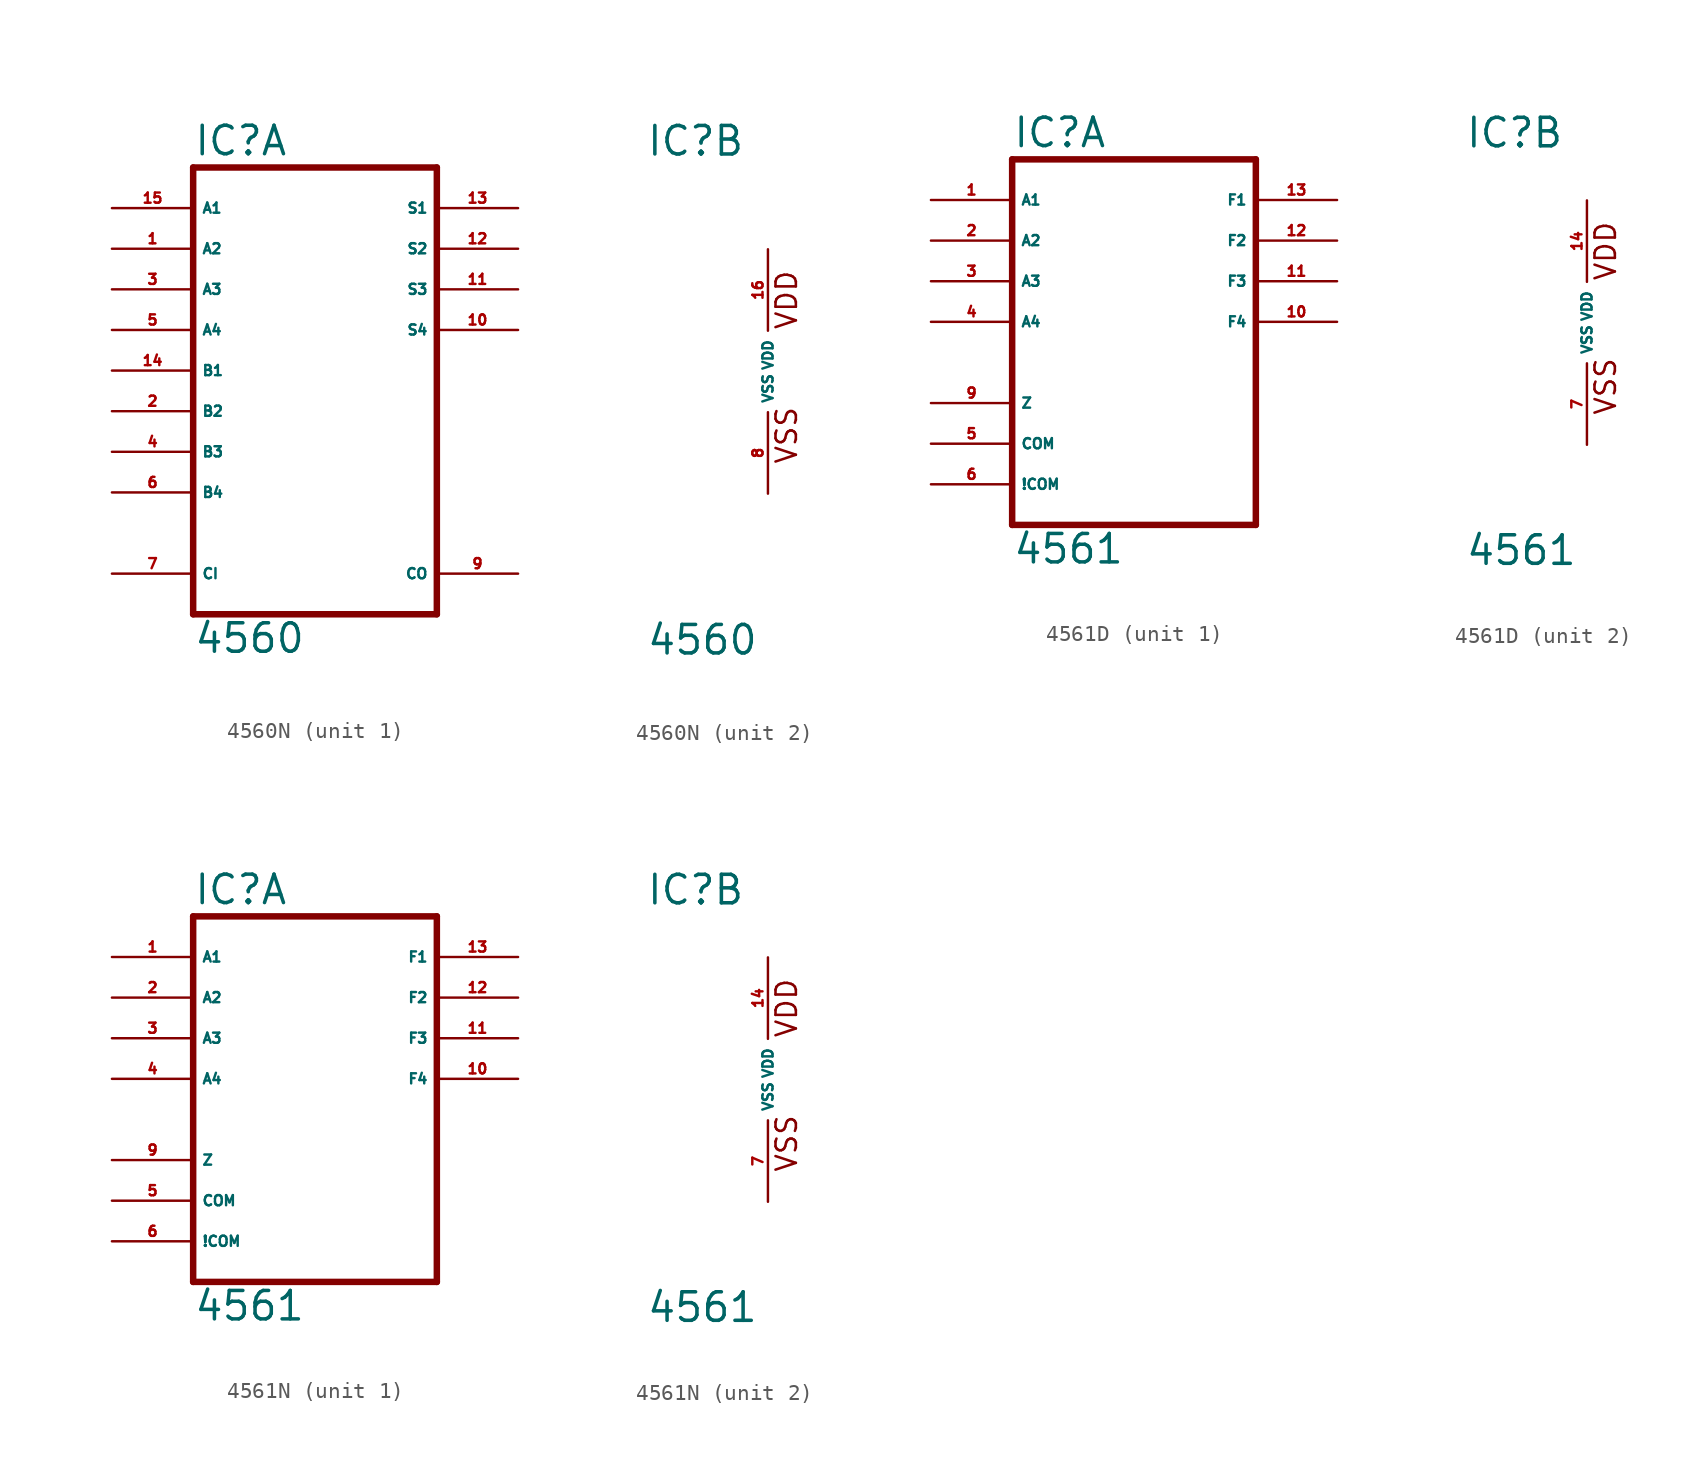
<source format=kicad_sym>
(kicad_symbol_lib
  (version 20220914)
  (generator Eagle2Kicad)
  (symbol "4560N"
    (property "Reference" "IC"
      (at -7.62 13.335 0)
      (effects (font (size 1.778 1.778) (thickness 0.22)) (justify left bottom)))
    (property "Value" "4560"
      (at -7.62 -17.78 0)
      (effects (font (size 1.778 1.778) (thickness 0.22)) (justify left bottom)))
    (symbol "4560N_1_0"
      (polyline (pts (xy -7.62 -15.24) (xy 7.62 -15.24)) (stroke (width 0.406) (type default)) (fill (type none)))
      (polyline (pts (xy 7.62 -15.24) (xy 7.62 12.7)) (stroke (width 0.406) (type default)) (fill (type none)))
      (polyline (pts (xy 7.62 12.7) (xy -7.62 12.7)) (stroke (width 0.406) (type default)) (fill (type none)))
      (polyline (pts (xy -7.62 12.7) (xy -7.62 -15.24)) (stroke (width 0.406) (type default)) (fill (type none)))
      (pin input line (at -12.7 7.62 0) (length 5.08) (name "A2" (effects (font (size 0.635 0.635) (thickness 0.08)) (justify left bottom))) (number "1" (effects (font (size 0.635 0.635) (thickness 0.08)) (justify left bottom))))
      (pin input line (at -12.7 -2.54 0) (length 5.08) (name "B2" (effects (font (size 0.635 0.635) (thickness 0.08)) (justify left bottom))) (number "2" (effects (font (size 0.635 0.635) (thickness 0.08)) (justify left bottom))))
      (pin input line (at -12.7 5.08 0) (length 5.08) (name "A3" (effects (font (size 0.635 0.635) (thickness 0.08)) (justify left bottom))) (number "3" (effects (font (size 0.635 0.635) (thickness 0.08)) (justify left bottom))))
      (pin input line (at -12.7 -5.08 0) (length 5.08) (name "B3" (effects (font (size 0.635 0.635) (thickness 0.08)) (justify left bottom))) (number "4" (effects (font (size 0.635 0.635) (thickness 0.08)) (justify left bottom))))
      (pin input line (at -12.7 2.54 0) (length 5.08) (name "A4" (effects (font (size 0.635 0.635) (thickness 0.08)) (justify left bottom))) (number "5" (effects (font (size 0.635 0.635) (thickness 0.08)) (justify left bottom))))
      (pin input line (at -12.7 -7.62 0) (length 5.08) (name "B4" (effects (font (size 0.635 0.635) (thickness 0.08)) (justify left bottom))) (number "6" (effects (font (size 0.635 0.635) (thickness 0.08)) (justify left bottom))))
      (pin input line (at -12.7 -12.7 0) (length 5.08) (name "CI" (effects (font (size 0.635 0.635) (thickness 0.08)) (justify left bottom))) (number "7" (effects (font (size 0.635 0.635) (thickness 0.08)) (justify left bottom))))
      (pin output line (at 12.7 -12.7 180) (length 5.08) (name "CO" (effects (font (size 0.635 0.635) (thickness 0.08)) (justify left bottom))) (number "9" (effects (font (size 0.635 0.635) (thickness 0.08)) (justify left bottom))))
      (pin output line (at 12.7 2.54 180) (length 5.08) (name "S4" (effects (font (size 0.635 0.635) (thickness 0.08)) (justify left bottom))) (number "10" (effects (font (size 0.635 0.635) (thickness 0.08)) (justify left bottom))))
      (pin output line (at 12.7 5.08 180) (length 5.08) (name "S3" (effects (font (size 0.635 0.635) (thickness 0.08)) (justify left bottom))) (number "11" (effects (font (size 0.635 0.635) (thickness 0.08)) (justify left bottom))))
      (pin output line (at 12.7 7.62 180) (length 5.08) (name "S2" (effects (font (size 0.635 0.635) (thickness 0.08)) (justify left bottom))) (number "12" (effects (font (size 0.635 0.635) (thickness 0.08)) (justify left bottom))))
      (pin output line (at 12.7 10.16 180) (length 5.08) (name "S1" (effects (font (size 0.635 0.635) (thickness 0.08)) (justify left bottom))) (number "13" (effects (font (size 0.635 0.635) (thickness 0.08)) (justify left bottom))))
      (pin input line (at -12.7 0 0) (length 5.08) (name "B1" (effects (font (size 0.635 0.635) (thickness 0.08)) (justify left bottom))) (number "14" (effects (font (size 0.635 0.635) (thickness 0.08)) (justify left bottom))))
      (pin input line (at -12.7 10.16 0) (length 5.08) (name "A1" (effects (font (size 0.635 0.635) (thickness 0.08)) (justify left bottom))) (number "15" (effects (font (size 0.635 0.635) (thickness 0.08)) (justify left bottom)))))
    (symbol "4560N_2_0"
      (text "VDD" (at 1.905 2.54 900) (effects (font (size 1.27 1.27) (thickness 0.16)) (justify left bottom)))
      (text "VSS" (at 1.905 -5.842 900) (effects (font (size 1.27 1.27) (thickness 0.16)) (justify left bottom)))
      (pin unspecified line (at 0 -7.62 90) (length 5.08) (name "VSS" (effects (font (size 0.635 0.635) (thickness 0.08)) (justify left bottom))) (number "8" (effects (font (size 0.635 0.635) (thickness 0.08)) (justify left bottom))))
      (pin unspecified line (at 0 7.62 270) (length 5.08) (name "VDD" (effects (font (size 0.635 0.635) (thickness 0.08)) (justify left bottom))) (number "16" (effects (font (size 0.635 0.635) (thickness 0.08)) (justify left bottom))))))
  (symbol "4561D"
    (property "Reference" "IC"
      (at -7.62 10.795 0)
      (effects (font (size 1.778 1.778) (thickness 0.22)) (justify left bottom)))
    (property "Value" "4561"
      (at -7.62 -15.24 0)
      (effects (font (size 1.778 1.778) (thickness 0.22)) (justify left bottom)))
    (symbol "4561D_1_0"
      (polyline (pts (xy -7.62 -12.7) (xy 7.62 -12.7)) (stroke (width 0.406) (type default)) (fill (type none)))
      (polyline (pts (xy 7.62 -12.7) (xy 7.62 10.16)) (stroke (width 0.406) (type default)) (fill (type none)))
      (polyline (pts (xy 7.62 10.16) (xy -7.62 10.16)) (stroke (width 0.406) (type default)) (fill (type none)))
      (polyline (pts (xy -7.62 10.16) (xy -7.62 -12.7)) (stroke (width 0.406) (type default)) (fill (type none)))
      (pin input line (at -12.7 7.62 0) (length 5.08) (name "A1" (effects (font (size 0.635 0.635) (thickness 0.08)) (justify left bottom))) (number "1" (effects (font (size 0.635 0.635) (thickness 0.08)) (justify left bottom))))
      (pin input line (at -12.7 5.08 0) (length 5.08) (name "A2" (effects (font (size 0.635 0.635) (thickness 0.08)) (justify left bottom))) (number "2" (effects (font (size 0.635 0.635) (thickness 0.08)) (justify left bottom))))
      (pin input line (at -12.7 2.54 0) (length 5.08) (name "A3" (effects (font (size 0.635 0.635) (thickness 0.08)) (justify left bottom))) (number "3" (effects (font (size 0.635 0.635) (thickness 0.08)) (justify left bottom))))
      (pin input line (at -12.7 0 0) (length 5.08) (name "A4" (effects (font (size 0.635 0.635) (thickness 0.08)) (justify left bottom))) (number "4" (effects (font (size 0.635 0.635) (thickness 0.08)) (justify left bottom))))
      (pin input line (at -12.7 -7.62 0) (length 5.08) (name "COM" (effects (font (size 0.635 0.635) (thickness 0.08)) (justify left bottom))) (number "5" (effects (font (size 0.635 0.635) (thickness 0.08)) (justify left bottom))))
      (pin input line (at -12.7 -10.16 0) (length 5.08) (name "!COM" (effects (font (size 0.635 0.635) (thickness 0.08)) (justify left bottom))) (number "6" (effects (font (size 0.635 0.635) (thickness 0.08)) (justify left bottom))))
      (pin input line (at -12.7 -5.08 0) (length 5.08) (name "Z" (effects (font (size 0.635 0.635) (thickness 0.08)) (justify left bottom))) (number "9" (effects (font (size 0.635 0.635) (thickness 0.08)) (justify left bottom))))
      (pin output line (at 12.7 0 180) (length 5.08) (name "F4" (effects (font (size 0.635 0.635) (thickness 0.08)) (justify left bottom))) (number "10" (effects (font (size 0.635 0.635) (thickness 0.08)) (justify left bottom))))
      (pin output line (at 12.7 2.54 180) (length 5.08) (name "F3" (effects (font (size 0.635 0.635) (thickness 0.08)) (justify left bottom))) (number "11" (effects (font (size 0.635 0.635) (thickness 0.08)) (justify left bottom))))
      (pin output line (at 12.7 5.08 180) (length 5.08) (name "F2" (effects (font (size 0.635 0.635) (thickness 0.08)) (justify left bottom))) (number "12" (effects (font (size 0.635 0.635) (thickness 0.08)) (justify left bottom))))
      (pin output line (at 12.7 7.62 180) (length 5.08) (name "F1" (effects (font (size 0.635 0.635) (thickness 0.08)) (justify left bottom))) (number "13" (effects (font (size 0.635 0.635) (thickness 0.08)) (justify left bottom)))))
    (symbol "4561D_2_0"
      (text "VDD" (at 1.905 2.54 900) (effects (font (size 1.27 1.27) (thickness 0.16)) (justify left bottom)))
      (text "VSS" (at 1.905 -5.842 900) (effects (font (size 1.27 1.27) (thickness 0.16)) (justify left bottom)))
      (pin unspecified line (at 0 -7.62 90) (length 5.08) (name "VSS" (effects (font (size 0.635 0.635) (thickness 0.08)) (justify left bottom))) (number "7" (effects (font (size 0.635 0.635) (thickness 0.08)) (justify left bottom))))
      (pin unspecified line (at 0 7.62 270) (length 5.08) (name "VDD" (effects (font (size 0.635 0.635) (thickness 0.08)) (justify left bottom))) (number "14" (effects (font (size 0.635 0.635) (thickness 0.08)) (justify left bottom))))))
  (symbol "4561N"
    (property "Reference" "IC"
      (at -7.62 10.795 0)
      (effects (font (size 1.778 1.778) (thickness 0.22)) (justify left bottom)))
    (property "Value" "4561"
      (at -7.62 -15.24 0)
      (effects (font (size 1.778 1.778) (thickness 0.22)) (justify left bottom)))
    (symbol "4561N_1_0"
      (polyline (pts (xy -7.62 -12.7) (xy 7.62 -12.7)) (stroke (width 0.406) (type default)) (fill (type none)))
      (polyline (pts (xy 7.62 -12.7) (xy 7.62 10.16)) (stroke (width 0.406) (type default)) (fill (type none)))
      (polyline (pts (xy 7.62 10.16) (xy -7.62 10.16)) (stroke (width 0.406) (type default)) (fill (type none)))
      (polyline (pts (xy -7.62 10.16) (xy -7.62 -12.7)) (stroke (width 0.406) (type default)) (fill (type none)))
      (pin input line (at -12.7 7.62 0) (length 5.08) (name "A1" (effects (font (size 0.635 0.635) (thickness 0.08)) (justify left bottom))) (number "1" (effects (font (size 0.635 0.635) (thickness 0.08)) (justify left bottom))))
      (pin input line (at -12.7 5.08 0) (length 5.08) (name "A2" (effects (font (size 0.635 0.635) (thickness 0.08)) (justify left bottom))) (number "2" (effects (font (size 0.635 0.635) (thickness 0.08)) (justify left bottom))))
      (pin input line (at -12.7 2.54 0) (length 5.08) (name "A3" (effects (font (size 0.635 0.635) (thickness 0.08)) (justify left bottom))) (number "3" (effects (font (size 0.635 0.635) (thickness 0.08)) (justify left bottom))))
      (pin input line (at -12.7 0 0) (length 5.08) (name "A4" (effects (font (size 0.635 0.635) (thickness 0.08)) (justify left bottom))) (number "4" (effects (font (size 0.635 0.635) (thickness 0.08)) (justify left bottom))))
      (pin input line (at -12.7 -7.62 0) (length 5.08) (name "COM" (effects (font (size 0.635 0.635) (thickness 0.08)) (justify left bottom))) (number "5" (effects (font (size 0.635 0.635) (thickness 0.08)) (justify left bottom))))
      (pin input line (at -12.7 -10.16 0) (length 5.08) (name "!COM" (effects (font (size 0.635 0.635) (thickness 0.08)) (justify left bottom))) (number "6" (effects (font (size 0.635 0.635) (thickness 0.08)) (justify left bottom))))
      (pin input line (at -12.7 -5.08 0) (length 5.08) (name "Z" (effects (font (size 0.635 0.635) (thickness 0.08)) (justify left bottom))) (number "9" (effects (font (size 0.635 0.635) (thickness 0.08)) (justify left bottom))))
      (pin output line (at 12.7 0 180) (length 5.08) (name "F4" (effects (font (size 0.635 0.635) (thickness 0.08)) (justify left bottom))) (number "10" (effects (font (size 0.635 0.635) (thickness 0.08)) (justify left bottom))))
      (pin output line (at 12.7 2.54 180) (length 5.08) (name "F3" (effects (font (size 0.635 0.635) (thickness 0.08)) (justify left bottom))) (number "11" (effects (font (size 0.635 0.635) (thickness 0.08)) (justify left bottom))))
      (pin output line (at 12.7 5.08 180) (length 5.08) (name "F2" (effects (font (size 0.635 0.635) (thickness 0.08)) (justify left bottom))) (number "12" (effects (font (size 0.635 0.635) (thickness 0.08)) (justify left bottom))))
      (pin output line (at 12.7 7.62 180) (length 5.08) (name "F1" (effects (font (size 0.635 0.635) (thickness 0.08)) (justify left bottom))) (number "13" (effects (font (size 0.635 0.635) (thickness 0.08)) (justify left bottom)))))
    (symbol "4561N_2_0"
      (text "VDD" (at 1.905 2.54 900) (effects (font (size 1.27 1.27) (thickness 0.16)) (justify left bottom)))
      (text "VSS" (at 1.905 -5.842 900) (effects (font (size 1.27 1.27) (thickness 0.16)) (justify left bottom)))
      (pin unspecified line (at 0 -7.62 90) (length 5.08) (name "VSS" (effects (font (size 0.635 0.635) (thickness 0.08)) (justify left bottom))) (number "7" (effects (font (size 0.635 0.635) (thickness 0.08)) (justify left bottom))))
      (pin unspecified line (at 0 7.62 270) (length 5.08) (name "VDD" (effects (font (size 0.635 0.635) (thickness 0.08)) (justify left bottom))) (number "14" (effects (font (size 0.635 0.635) (thickness 0.08)) (justify left bottom)))))))
</source>
